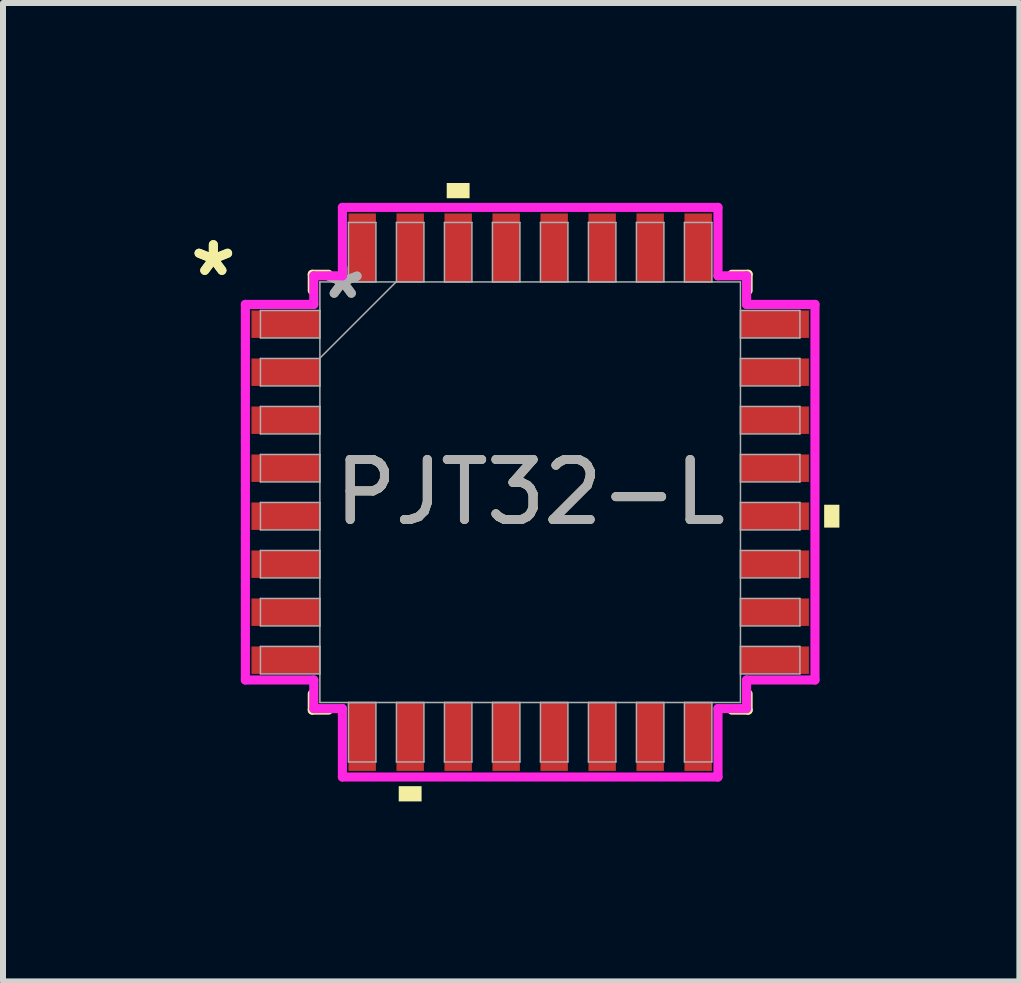
<source format=kicad_pcb>
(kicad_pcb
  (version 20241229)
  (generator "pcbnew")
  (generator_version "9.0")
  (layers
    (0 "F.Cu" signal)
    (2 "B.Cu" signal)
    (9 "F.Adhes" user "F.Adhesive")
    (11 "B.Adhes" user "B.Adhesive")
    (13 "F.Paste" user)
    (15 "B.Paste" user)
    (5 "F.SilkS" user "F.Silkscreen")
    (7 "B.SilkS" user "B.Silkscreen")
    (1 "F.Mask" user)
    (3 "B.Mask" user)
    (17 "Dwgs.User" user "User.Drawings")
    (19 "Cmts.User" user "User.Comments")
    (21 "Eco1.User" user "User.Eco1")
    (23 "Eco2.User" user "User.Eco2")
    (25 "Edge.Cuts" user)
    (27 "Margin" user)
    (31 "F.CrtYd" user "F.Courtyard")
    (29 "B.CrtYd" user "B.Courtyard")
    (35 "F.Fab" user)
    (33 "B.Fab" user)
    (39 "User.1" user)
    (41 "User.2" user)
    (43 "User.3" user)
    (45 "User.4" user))
  (footprint "PJT32-L"
    (layer "F.Cu")
    (at 5.787 5.154)
    (property "Reference" "PJT32-L" (at 0 0 0) (unlocked yes) (layer "F.SilkS") (effects (font (size 1 1) (thickness 0.15))))
    (attr smd)
    (fp_line (start -3.632 -3.632) (end -3.632 -3.361) (stroke (width 0.152) (type solid)) (layer "F.SilkS"))
    (fp_line (start -3.632 3.361) (end -3.632 3.632) (stroke (width 0.152) (type solid)) (layer "F.SilkS"))
    (fp_line (start -3.632 3.632) (end -3.361 3.632) (stroke (width 0.152) (type solid)) (layer "F.SilkS"))
    (fp_line (start -3.361 -3.632) (end -3.632 -3.632) (stroke (width 0.152) (type solid)) (layer "F.SilkS"))
    (fp_line (start 3.361 3.632) (end 3.632 3.632) (stroke (width 0.152) (type solid)) (layer "F.SilkS"))
    (fp_line (start 3.632 -3.632) (end 3.361 -3.632) (stroke (width 0.152) (type solid)) (layer "F.SilkS"))
    (fp_line (start 3.632 -3.361) (end 3.632 -3.632) (stroke (width 0.152) (type solid)) (layer "F.SilkS"))
    (fp_line (start 3.632 3.632) (end 3.632 3.361) (stroke (width 0.152) (type solid)) (layer "F.SilkS"))
    (fp_poly (pts (xy -2.191 4.9) (xy -2.191 5.154) (xy -1.81 5.154) (xy -1.81 4.9)) (stroke (width 0) (type solid)) (fill yes) (layer "F.SilkS"))
    (fp_poly (pts (xy -1.391 -4.9) (xy -1.391 -5.154) (xy -1.01 -5.154) (xy -1.01 -4.9)) (stroke (width 0) (type solid)) (fill yes) (layer "F.SilkS"))
    (fp_poly (pts (xy 5.154 0.209) (xy 5.154 0.59) (xy 4.9 0.59) (xy 4.9 0.209)) (stroke (width 0) (type solid)) (fill yes) (layer "F.SilkS"))
    (fp_line (start -4.747 -3.13) (end -3.607 -3.13) (stroke (width 0.152) (type solid)) (layer "F.CrtYd"))
    (fp_line (start -4.747 3.13) (end -4.747 -3.13) (stroke (width 0.152) (type solid)) (layer "F.CrtYd"))
    (fp_line (start -3.607 -3.607) (end -3.13 -3.607) (stroke (width 0.152) (type solid)) (layer "F.CrtYd"))
    (fp_line (start -3.607 -3.13) (end -3.607 -3.607) (stroke (width 0.152) (type solid)) (layer "F.CrtYd"))
    (fp_line (start -3.607 3.13) (end -4.747 3.13) (stroke (width 0.152) (type solid)) (layer "F.CrtYd"))
    (fp_line (start -3.607 3.607) (end -3.607 3.13) (stroke (width 0.152) (type solid)) (layer "F.CrtYd"))
    (fp_line (start -3.607 3.607) (end -3.13 3.607) (stroke (width 0.152) (type solid)) (layer "F.CrtYd"))
    (fp_line (start -3.13 -4.747) (end 3.13 -4.747) (stroke (width 0.152) (type solid)) (layer "F.CrtYd"))
    (fp_line (start -3.13 -3.607) (end -3.13 -4.747) (stroke (width 0.152) (type solid)) (layer "F.CrtYd"))
    (fp_line (start -3.13 3.607) (end -3.13 4.747) (stroke (width 0.152) (type solid)) (layer "F.CrtYd"))
    (fp_line (start -3.13 4.747) (end 3.13 4.747) (stroke (width 0.152) (type solid)) (layer "F.CrtYd"))
    (fp_line (start 3.13 -4.747) (end 3.13 -3.607) (stroke (width 0.152) (type solid)) (layer "F.CrtYd"))
    (fp_line (start 3.13 -3.607) (end 3.607 -3.607) (stroke (width 0.152) (type solid)) (layer "F.CrtYd"))
    (fp_line (start 3.13 3.607) (end 3.607 3.607) (stroke (width 0.152) (type solid)) (layer "F.CrtYd"))
    (fp_line (start 3.13 4.747) (end 3.13 3.607) (stroke (width 0.152) (type solid)) (layer "F.CrtYd"))
    (fp_line (start 3.607 -3.13) (end 3.607 -3.607) (stroke (width 0.152) (type solid)) (layer "F.CrtYd"))
    (fp_line (start 3.607 3.13) (end 4.747 3.13) (stroke (width 0.152) (type solid)) (layer "F.CrtYd"))
    (fp_line (start 3.607 3.607) (end 3.607 3.13) (stroke (width 0.152) (type solid)) (layer "F.CrtYd"))
    (fp_line (start 4.747 -3.13) (end 3.607 -3.13) (stroke (width 0.152) (type solid)) (layer "F.CrtYd"))
    (fp_line (start 4.747 3.13) (end 4.747 -3.13) (stroke (width 0.152) (type solid)) (layer "F.CrtYd"))
    (fp_line (start -4.496 -3.029) (end -4.496 -2.571) (stroke (width 0.025) (type solid)) (layer "F.Fab"))
    (fp_line (start -4.496 -2.571) (end -3.505 -2.571) (stroke (width 0.025) (type solid)) (layer "F.Fab"))
    (fp_line (start -4.496 -2.229) (end -4.496 -1.771) (stroke (width 0.025) (type solid)) (layer "F.Fab"))
    (fp_line (start -4.496 -1.771) (end -3.505 -1.771) (stroke (width 0.025) (type solid)) (layer "F.Fab"))
    (fp_line (start -4.496 -1.429) (end -4.496 -0.971) (stroke (width 0.025) (type solid)) (layer "F.Fab"))
    (fp_line (start -4.496 -0.971) (end -3.505 -0.971) (stroke (width 0.025) (type solid)) (layer "F.Fab"))
    (fp_line (start -4.496 -0.629) (end -4.496 -0.171) (stroke (width 0.025) (type solid)) (layer "F.Fab"))
    (fp_line (start -4.496 -0.171) (end -3.505 -0.171) (stroke (width 0.025) (type solid)) (layer "F.Fab"))
    (fp_line (start -4.496 0.171) (end -4.496 0.629) (stroke (width 0.025) (type solid)) (layer "F.Fab"))
    (fp_line (start -4.496 0.629) (end -3.505 0.629) (stroke (width 0.025) (type solid)) (layer "F.Fab"))
    (fp_line (start -4.496 0.971) (end -4.496 1.429) (stroke (width 0.025) (type solid)) (layer "F.Fab"))
    (fp_line (start -4.496 1.429) (end -3.505 1.429) (stroke (width 0.025) (type solid)) (layer "F.Fab"))
    (fp_line (start -4.496 1.771) (end -4.496 2.229) (stroke (width 0.025) (type solid)) (layer "F.Fab"))
    (fp_line (start -4.496 2.229) (end -3.505 2.229) (stroke (width 0.025) (type solid)) (layer "F.Fab"))
    (fp_line (start -4.496 2.571) (end -4.496 3.029) (stroke (width 0.025) (type solid)) (layer "F.Fab"))
    (fp_line (start -4.496 3.029) (end -3.505 3.029) (stroke (width 0.025) (type solid)) (layer "F.Fab"))
    (fp_line (start -3.505 -3.505) (end -3.505 3.505) (stroke (width 0.025) (type solid)) (layer "F.Fab"))
    (fp_line (start -3.505 -3.029) (end -4.496 -3.029) (stroke (width 0.025) (type solid)) (layer "F.Fab"))
    (fp_line (start -3.505 -2.571) (end -3.505 -3.029) (stroke (width 0.025) (type solid)) (layer "F.Fab"))
    (fp_line (start -3.505 -2.235) (end -2.235 -3.505) (stroke (width 0.025) (type solid)) (layer "F.Fab"))
    (fp_line (start -3.505 -2.229) (end -4.496 -2.229) (stroke (width 0.025) (type solid)) (layer "F.Fab"))
    (fp_line (start -3.505 -1.771) (end -3.505 -2.229) (stroke (width 0.025) (type solid)) (layer "F.Fab"))
    (fp_line (start -3.505 -1.429) (end -4.496 -1.429) (stroke (width 0.025) (type solid)) (layer "F.Fab"))
    (fp_line (start -3.505 -0.971) (end -3.505 -1.429) (stroke (width 0.025) (type solid)) (layer "F.Fab"))
    (fp_line (start -3.505 -0.629) (end -4.496 -0.629) (stroke (width 0.025) (type solid)) (layer "F.Fab"))
    (fp_line (start -3.505 -0.171) (end -3.505 -0.629) (stroke (width 0.025) (type solid)) (layer "F.Fab"))
    (fp_line (start -3.505 0.171) (end -4.496 0.171) (stroke (width 0.025) (type solid)) (layer "F.Fab"))
    (fp_line (start -3.505 0.629) (end -3.505 0.171) (stroke (width 0.025) (type solid)) (layer "F.Fab"))
    (fp_line (start -3.505 0.971) (end -4.496 0.971) (stroke (width 0.025) (type solid)) (layer "F.Fab"))
    (fp_line (start -3.505 1.429) (end -3.505 0.971) (stroke (width 0.025) (type solid)) (layer "F.Fab"))
    (fp_line (start -3.505 1.771) (end -4.496 1.771) (stroke (width 0.025) (type solid)) (layer "F.Fab"))
    (fp_line (start -3.505 2.229) (end -3.505 1.771) (stroke (width 0.025) (type solid)) (layer "F.Fab"))
    (fp_line (start -3.505 2.571) (end -4.496 2.571) (stroke (width 0.025) (type solid)) (layer "F.Fab"))
    (fp_line (start -3.505 3.029) (end -3.505 2.571) (stroke (width 0.025) (type solid)) (layer "F.Fab"))
    (fp_line (start -3.505 3.505) (end 3.505 3.505) (stroke (width 0.025) (type solid)) (layer "F.Fab"))
    (fp_line (start -3.029 -4.496) (end -3.029 -3.505) (stroke (width 0.025) (type solid)) (layer "F.Fab"))
    (fp_line (start -3.029 -3.505) (end -2.571 -3.505) (stroke (width 0.025) (type solid)) (layer "F.Fab"))
    (fp_line (start -3.029 3.505) (end -3.029 4.496) (stroke (width 0.025) (type solid)) (layer "F.Fab"))
    (fp_line (start -3.029 4.496) (end -2.571 4.496) (stroke (width 0.025) (type solid)) (layer "F.Fab"))
    (fp_line (start -2.571 -4.496) (end -3.029 -4.496) (stroke (width 0.025) (type solid)) (layer "F.Fab"))
    (fp_line (start -2.571 -3.505) (end -2.571 -4.496) (stroke (width 0.025) (type solid)) (layer "F.Fab"))
    (fp_line (start -2.571 3.505) (end -3.029 3.505) (stroke (width 0.025) (type solid)) (layer "F.Fab"))
    (fp_line (start -2.571 4.496) (end -2.571 3.505) (stroke (width 0.025) (type solid)) (layer "F.Fab"))
    (fp_line (start -2.229 -4.496) (end -2.229 -3.505) (stroke (width 0.025) (type solid)) (layer "F.Fab"))
    (fp_line (start -2.229 -3.505) (end -1.771 -3.505) (stroke (width 0.025) (type solid)) (layer "F.Fab"))
    (fp_line (start -2.229 3.505) (end -2.229 4.496) (stroke (width 0.025) (type solid)) (layer "F.Fab"))
    (fp_line (start -2.229 4.496) (end -1.771 4.496) (stroke (width 0.025) (type solid)) (layer "F.Fab"))
    (fp_line (start -1.771 -4.496) (end -2.229 -4.496) (stroke (width 0.025) (type solid)) (layer "F.Fab"))
    (fp_line (start -1.771 -3.505) (end -1.771 -4.496) (stroke (width 0.025) (type solid)) (layer "F.Fab"))
    (fp_line (start -1.771 3.505) (end -2.229 3.505) (stroke (width 0.025) (type solid)) (layer "F.Fab"))
    (fp_line (start -1.771 4.496) (end -1.771 3.505) (stroke (width 0.025) (type solid)) (layer "F.Fab"))
    (fp_line (start -1.429 -4.496) (end -1.429 -3.505) (stroke (width 0.025) (type solid)) (layer "F.Fab"))
    (fp_line (start -1.429 -3.505) (end -0.971 -3.505) (stroke (width 0.025) (type solid)) (layer "F.Fab"))
    (fp_line (start -1.429 3.505) (end -1.429 4.496) (stroke (width 0.025) (type solid)) (layer "F.Fab"))
    (fp_line (start -1.429 4.496) (end -0.971 4.496) (stroke (width 0.025) (type solid)) (layer "F.Fab"))
    (fp_line (start -0.971 -4.496) (end -1.429 -4.496) (stroke (width 0.025) (type solid)) (layer "F.Fab"))
    (fp_line (start -0.971 -3.505) (end -0.971 -4.496) (stroke (width 0.025) (type solid)) (layer "F.Fab"))
    (fp_line (start -0.971 3.505) (end -1.429 3.505) (stroke (width 0.025) (type solid)) (layer "F.Fab"))
    (fp_line (start -0.971 4.496) (end -0.971 3.505) (stroke (width 0.025) (type solid)) (layer "F.Fab"))
    (fp_line (start -0.629 -4.496) (end -0.629 -3.505) (stroke (width 0.025) (type solid)) (layer "F.Fab"))
    (fp_line (start -0.629 -3.505) (end -0.171 -3.505) (stroke (width 0.025) (type solid)) (layer "F.Fab"))
    (fp_line (start -0.629 3.505) (end -0.629 4.496) (stroke (width 0.025) (type solid)) (layer "F.Fab"))
    (fp_line (start -0.629 4.496) (end -0.171 4.496) (stroke (width 0.025) (type solid)) (layer "F.Fab"))
    (fp_line (start -0.171 -4.496) (end -0.629 -4.496) (stroke (width 0.025) (type solid)) (layer "F.Fab"))
    (fp_line (start -0.171 -3.505) (end -0.171 -4.496) (stroke (width 0.025) (type solid)) (layer "F.Fab"))
    (fp_line (start -0.171 3.505) (end -0.629 3.505) (stroke (width 0.025) (type solid)) (layer "F.Fab"))
    (fp_line (start -0.171 4.496) (end -0.171 3.505) (stroke (width 0.025) (type solid)) (layer "F.Fab"))
    (fp_line (start 0.171 -4.496) (end 0.171 -3.505) (stroke (width 0.025) (type solid)) (layer "F.Fab"))
    (fp_line (start 0.171 -3.505) (end 0.629 -3.505) (stroke (width 0.025) (type solid)) (layer "F.Fab"))
    (fp_line (start 0.171 3.505) (end 0.171 4.496) (stroke (width 0.025) (type solid)) (layer "F.Fab"))
    (fp_line (start 0.171 4.496) (end 0.629 4.496) (stroke (width 0.025) (type solid)) (layer "F.Fab"))
    (fp_line (start 0.629 -4.496) (end 0.171 -4.496) (stroke (width 0.025) (type solid)) (layer "F.Fab"))
    (fp_line (start 0.629 -3.505) (end 0.629 -4.496) (stroke (width 0.025) (type solid)) (layer "F.Fab"))
    (fp_line (start 0.629 3.505) (end 0.171 3.505) (stroke (width 0.025) (type solid)) (layer "F.Fab"))
    (fp_line (start 0.629 4.496) (end 0.629 3.505) (stroke (width 0.025) (type solid)) (layer "F.Fab"))
    (fp_line (start 0.971 -4.496) (end 0.971 -3.505) (stroke (width 0.025) (type solid)) (layer "F.Fab"))
    (fp_line (start 0.971 -3.505) (end 1.429 -3.505) (stroke (width 0.025) (type solid)) (layer "F.Fab"))
    (fp_line (start 0.971 3.505) (end 0.971 4.496) (stroke (width 0.025) (type solid)) (layer "F.Fab"))
    (fp_line (start 0.971 4.496) (end 1.429 4.496) (stroke (width 0.025) (type solid)) (layer "F.Fab"))
    (fp_line (start 1.429 -4.496) (end 0.971 -4.496) (stroke (width 0.025) (type solid)) (layer "F.Fab"))
    (fp_line (start 1.429 -3.505) (end 1.429 -4.496) (stroke (width 0.025) (type solid)) (layer "F.Fab"))
    (fp_line (start 1.429 3.505) (end 0.971 3.505) (stroke (width 0.025) (type solid)) (layer "F.Fab"))
    (fp_line (start 1.429 4.496) (end 1.429 3.505) (stroke (width 0.025) (type solid)) (layer "F.Fab"))
    (fp_line (start 1.771 -4.496) (end 1.771 -3.505) (stroke (width 0.025) (type solid)) (layer "F.Fab"))
    (fp_line (start 1.771 -3.505) (end 2.229 -3.505) (stroke (width 0.025) (type solid)) (layer "F.Fab"))
    (fp_line (start 1.771 3.505) (end 1.771 4.496) (stroke (width 0.025) (type solid)) (layer "F.Fab"))
    (fp_line (start 1.771 4.496) (end 2.229 4.496) (stroke (width 0.025) (type solid)) (layer "F.Fab"))
    (fp_line (start 2.229 -4.496) (end 1.771 -4.496) (stroke (width 0.025) (type solid)) (layer "F.Fab"))
    (fp_line (start 2.229 -3.505) (end 2.229 -4.496) (stroke (width 0.025) (type solid)) (layer "F.Fab"))
    (fp_line (start 2.229 3.505) (end 1.771 3.505) (stroke (width 0.025) (type solid)) (layer "F.Fab"))
    (fp_line (start 2.229 4.496) (end 2.229 3.505) (stroke (width 0.025) (type solid)) (layer "F.Fab"))
    (fp_line (start 2.571 -4.496) (end 2.571 -3.505) (stroke (width 0.025) (type solid)) (layer "F.Fab"))
    (fp_line (start 2.571 -3.505) (end 3.029 -3.505) (stroke (width 0.025) (type solid)) (layer "F.Fab"))
    (fp_line (start 2.571 3.505) (end 2.571 4.496) (stroke (width 0.025) (type solid)) (layer "F.Fab"))
    (fp_line (start 2.571 4.496) (end 3.029 4.496) (stroke (width 0.025) (type solid)) (layer "F.Fab"))
    (fp_line (start 3.029 -4.496) (end 2.571 -4.496) (stroke (width 0.025) (type solid)) (layer "F.Fab"))
    (fp_line (start 3.029 -3.505) (end 3.029 -4.496) (stroke (width 0.025) (type solid)) (layer "F.Fab"))
    (fp_line (start 3.029 3.505) (end 2.571 3.505) (stroke (width 0.025) (type solid)) (layer "F.Fab"))
    (fp_line (start 3.029 4.496) (end 3.029 3.505) (stroke (width 0.025) (type solid)) (layer "F.Fab"))
    (fp_line (start 3.505 -3.505) (end -3.505 -3.505) (stroke (width 0.025) (type solid)) (layer "F.Fab"))
    (fp_line (start 3.505 -3.029) (end 3.505 -2.571) (stroke (width 0.025) (type solid)) (layer "F.Fab"))
    (fp_line (start 3.505 -2.571) (end 4.496 -2.571) (stroke (width 0.025) (type solid)) (layer "F.Fab"))
    (fp_line (start 3.505 -2.229) (end 3.505 -1.771) (stroke (width 0.025) (type solid)) (layer "F.Fab"))
    (fp_line (start 3.505 -1.771) (end 4.496 -1.771) (stroke (width 0.025) (type solid)) (layer "F.Fab"))
    (fp_line (start 3.505 -1.429) (end 3.505 -0.971) (stroke (width 0.025) (type solid)) (layer "F.Fab"))
    (fp_line (start 3.505 -0.971) (end 4.496 -0.971) (stroke (width 0.025) (type solid)) (layer "F.Fab"))
    (fp_line (start 3.505 -0.629) (end 3.505 -0.171) (stroke (width 0.025) (type solid)) (layer "F.Fab"))
    (fp_line (start 3.505 -0.171) (end 4.496 -0.171) (stroke (width 0.025) (type solid)) (layer "F.Fab"))
    (fp_line (start 3.505 0.171) (end 3.505 0.629) (stroke (width 0.025) (type solid)) (layer "F.Fab"))
    (fp_line (start 3.505 0.629) (end 4.496 0.629) (stroke (width 0.025) (type solid)) (layer "F.Fab"))
    (fp_line (start 3.505 0.971) (end 3.505 1.429) (stroke (width 0.025) (type solid)) (layer "F.Fab"))
    (fp_line (start 3.505 1.429) (end 4.496 1.429) (stroke (width 0.025) (type solid)) (layer "F.Fab"))
    (fp_line (start 3.505 1.771) (end 3.505 2.229) (stroke (width 0.025) (type solid)) (layer "F.Fab"))
    (fp_line (start 3.505 2.229) (end 4.496 2.229) (stroke (width 0.025) (type solid)) (layer "F.Fab"))
    (fp_line (start 3.505 2.571) (end 3.505 3.029) (stroke (width 0.025) (type solid)) (layer "F.Fab"))
    (fp_line (start 3.505 3.029) (end 4.496 3.029) (stroke (width 0.025) (type solid)) (layer "F.Fab"))
    (fp_line (start 3.505 3.505) (end 3.505 -3.505) (stroke (width 0.025) (type solid)) (layer "F.Fab"))
    (fp_line (start 4.496 -3.029) (end 3.505 -3.029) (stroke (width 0.025) (type solid)) (layer "F.Fab"))
    (fp_line (start 4.496 -2.571) (end 4.496 -3.029) (stroke (width 0.025) (type solid)) (layer "F.Fab"))
    (fp_line (start 4.496 -2.229) (end 3.505 -2.229) (stroke (width 0.025) (type solid)) (layer "F.Fab"))
    (fp_line (start 4.496 -1.771) (end 4.496 -2.229) (stroke (width 0.025) (type solid)) (layer "F.Fab"))
    (fp_line (start 4.496 -1.429) (end 3.505 -1.429) (stroke (width 0.025) (type solid)) (layer "F.Fab"))
    (fp_line (start 4.496 -0.971) (end 4.496 -1.429) (stroke (width 0.025) (type solid)) (layer "F.Fab"))
    (fp_line (start 4.496 -0.629) (end 3.505 -0.629) (stroke (width 0.025) (type solid)) (layer "F.Fab"))
    (fp_line (start 4.496 -0.171) (end 4.496 -0.629) (stroke (width 0.025) (type solid)) (layer "F.Fab"))
    (fp_line (start 4.496 0.171) (end 3.505 0.171) (stroke (width 0.025) (type solid)) (layer "F.Fab"))
    (fp_line (start 4.496 0.629) (end 4.496 0.171) (stroke (width 0.025) (type solid)) (layer "F.Fab"))
    (fp_line (start 4.496 0.971) (end 3.505 0.971) (stroke (width 0.025) (type solid)) (layer "F.Fab"))
    (fp_line (start 4.496 1.429) (end 4.496 0.971) (stroke (width 0.025) (type solid)) (layer "F.Fab"))
    (fp_line (start 4.496 1.771) (end 3.505 1.771) (stroke (width 0.025) (type solid)) (layer "F.Fab"))
    (fp_line (start 4.496 2.229) (end 4.496 1.771) (stroke (width 0.025) (type solid)) (layer "F.Fab"))
    (fp_line (start 4.496 2.571) (end 3.505 2.571) (stroke (width 0.025) (type solid)) (layer "F.Fab"))
    (fp_line (start 4.496 3.029) (end 4.496 2.571) (stroke (width 0.025) (type solid)) (layer "F.Fab"))
    (fp_text user "*" (at -5.281 -3.581 0) (unlocked yes) (layer "F.SilkS") (effects (font (size 1 1) (thickness 0.15))))
    (fp_text user "*" (at -5.281 -3.581 0) (layer "F.SilkS") (effects (font (size 1 1) (thickness 0.15))))
    (fp_text user "${REFERENCE}" (at 0 0 0) (unlocked yes) (layer "F.Fab") (effects (font (size 1 1) (thickness 0.15))))
    (fp_text user "*" (at -3.124 -3.2 0) (layer "F.Fab") (effects (font (size 1 1) (thickness 0.15))))
    (fp_text user "*" (at -3.124 -3.2 0) (unlocked yes) (layer "F.Fab") (effects (font (size 1 1) (thickness 0.15))))
    (pad "1" smd rect (at -4.075 -2.8 90) (size 0.457 1.141) (layers "F.Cu" "F.Mask" "F.Paste"))
    (pad "2" smd rect (at -4.075 -2 90) (size 0.457 1.141) (layers "F.Cu" "F.Mask" "F.Paste"))
    (pad "3" smd rect (at -4.075 -1.2 90) (size 0.457 1.141) (layers "F.Cu" "F.Mask" "F.Paste"))
    (pad "4" smd rect (at -4.075 -0.4 90) (size 0.457 1.141) (layers "F.Cu" "F.Mask" "F.Paste"))
    (pad "5" smd rect (at -4.075 0.4 90) (size 0.457 1.141) (layers "F.Cu" "F.Mask" "F.Paste"))
    (pad "6" smd rect (at -4.075 1.2 90) (size 0.457 1.141) (layers "F.Cu" "F.Mask" "F.Paste"))
    (pad "7" smd rect (at -4.075 2 90) (size 0.457 1.141) (layers "F.Cu" "F.Mask" "F.Paste"))
    (pad "8" smd rect (at -4.075 2.8 90) (size 0.457 1.141) (layers "F.Cu" "F.Mask" "F.Paste"))
    (pad "9" smd rect (at -2.8 4.075) (size 0.457 1.141) (layers "F.Cu" "F.Mask" "F.Paste"))
    (pad "10" smd rect (at -2 4.075) (size 0.457 1.141) (layers "F.Cu" "F.Mask" "F.Paste"))
    (pad "11" smd rect (at -1.2 4.075) (size 0.457 1.141) (layers "F.Cu" "F.Mask" "F.Paste"))
    (pad "12" smd rect (at -0.4 4.075) (size 0.457 1.141) (layers "F.Cu" "F.Mask" "F.Paste"))
    (pad "13" smd rect (at 0.4 4.075) (size 0.457 1.141) (layers "F.Cu" "F.Mask" "F.Paste"))
    (pad "14" smd rect (at 1.2 4.075) (size 0.457 1.141) (layers "F.Cu" "F.Mask" "F.Paste"))
    (pad "15" smd rect (at 2 4.075) (size 0.457 1.141) (layers "F.Cu" "F.Mask" "F.Paste"))
    (pad "16" smd rect (at 2.8 4.075) (size 0.457 1.141) (layers "F.Cu" "F.Mask" "F.Paste"))
    (pad "17" smd rect (at 4.075 2.8 90) (size 0.457 1.141) (layers "F.Cu" "F.Mask" "F.Paste"))
    (pad "18" smd rect (at 4.075 2 90) (size 0.457 1.141) (layers "F.Cu" "F.Mask" "F.Paste"))
    (pad "19" smd rect (at 4.075 1.2 90) (size 0.457 1.141) (layers "F.Cu" "F.Mask" "F.Paste"))
    (pad "20" smd rect (at 4.075 0.4 90) (size 0.457 1.141) (layers "F.Cu" "F.Mask" "F.Paste"))
    (pad "21" smd rect (at 4.075 -0.4 90) (size 0.457 1.141) (layers "F.Cu" "F.Mask" "F.Paste"))
    (pad "22" smd rect (at 4.075 -1.2 90) (size 0.457 1.141) (layers "F.Cu" "F.Mask" "F.Paste"))
    (pad "23" smd rect (at 4.075 -2 90) (size 0.457 1.141) (layers "F.Cu" "F.Mask" "F.Paste"))
    (pad "24" smd rect (at 4.075 -2.8 90) (size 0.457 1.141) (layers "F.Cu" "F.Mask" "F.Paste"))
    (pad "25" smd rect (at 2.8 -4.075) (size 0.457 1.141) (layers "F.Cu" "F.Mask" "F.Paste"))
    (pad "26" smd rect (at 2 -4.075) (size 0.457 1.141) (layers "F.Cu" "F.Mask" "F.Paste"))
    (pad "27" smd rect (at 1.2 -4.075) (size 0.457 1.141) (layers "F.Cu" "F.Mask" "F.Paste"))
    (pad "28" smd rect (at 0.4 -4.075) (size 0.457 1.141) (layers "F.Cu" "F.Mask" "F.Paste"))
    (pad "29" smd rect (at -0.4 -4.075) (size 0.457 1.141) (layers "F.Cu" "F.Mask" "F.Paste"))
    (pad "30" smd rect (at -1.2 -4.075) (size 0.457 1.141) (layers "F.Cu" "F.Mask" "F.Paste"))
    (pad "31" smd rect (at -2 -4.075) (size 0.457 1.141) (layers "F.Cu" "F.Mask" "F.Paste"))
    (pad "32" smd rect (at -2.8 -4.075) (size 0.457 1.141) (layers "F.Cu" "F.Mask" "F.Paste")))
  (gr_rect
    (start -3 -3)
    (end 13.941 13.308)
    (stroke (width 0.1) (type default))
    (fill no)
    (layer "Edge.Cuts")))
</source>
